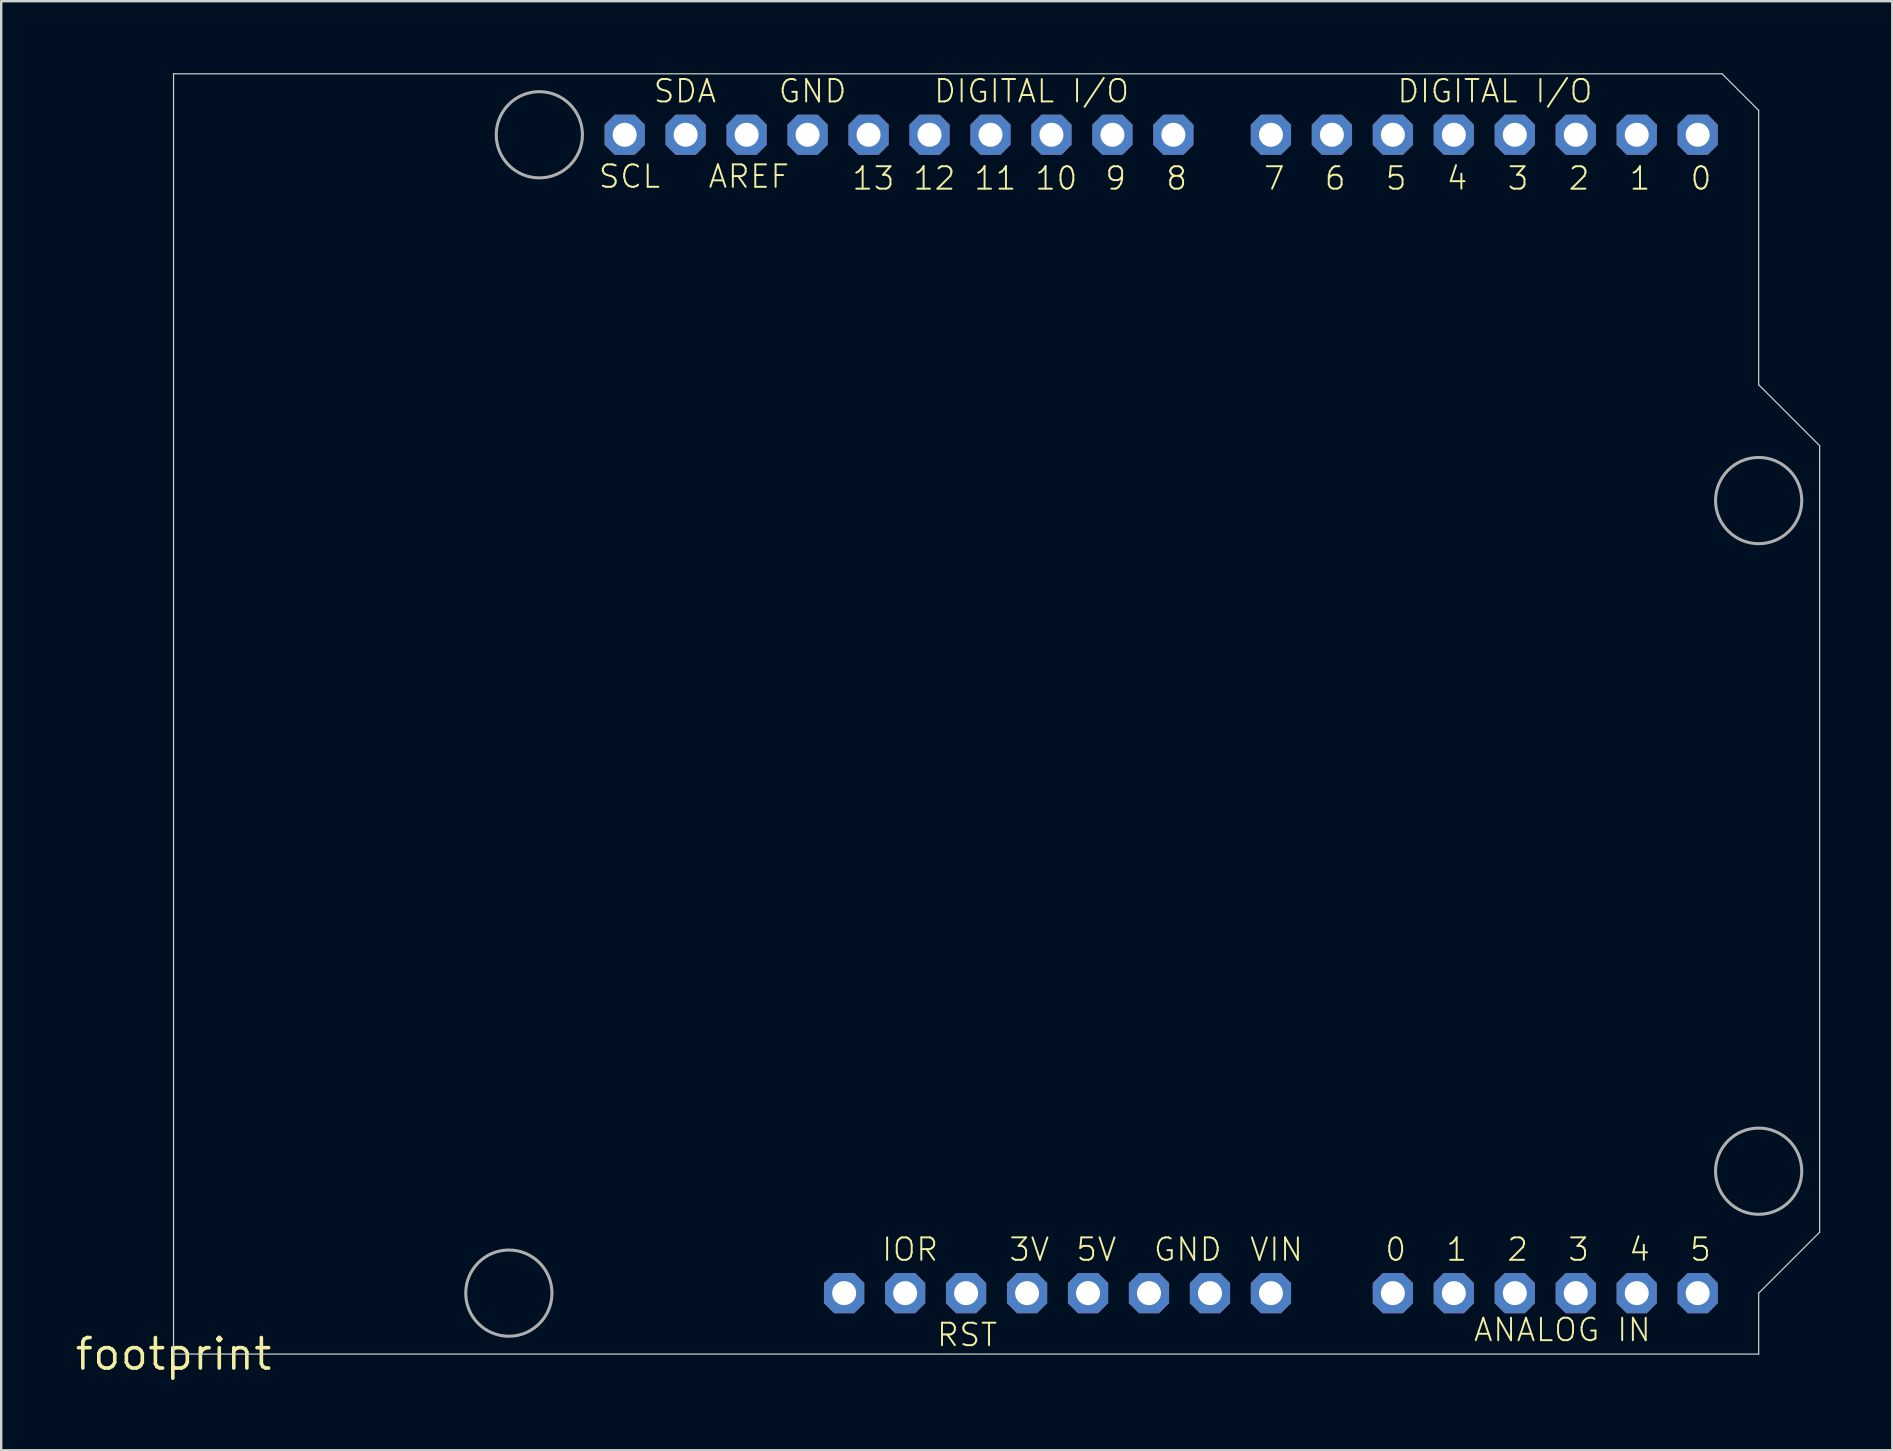
<source format=kicad_pcb>
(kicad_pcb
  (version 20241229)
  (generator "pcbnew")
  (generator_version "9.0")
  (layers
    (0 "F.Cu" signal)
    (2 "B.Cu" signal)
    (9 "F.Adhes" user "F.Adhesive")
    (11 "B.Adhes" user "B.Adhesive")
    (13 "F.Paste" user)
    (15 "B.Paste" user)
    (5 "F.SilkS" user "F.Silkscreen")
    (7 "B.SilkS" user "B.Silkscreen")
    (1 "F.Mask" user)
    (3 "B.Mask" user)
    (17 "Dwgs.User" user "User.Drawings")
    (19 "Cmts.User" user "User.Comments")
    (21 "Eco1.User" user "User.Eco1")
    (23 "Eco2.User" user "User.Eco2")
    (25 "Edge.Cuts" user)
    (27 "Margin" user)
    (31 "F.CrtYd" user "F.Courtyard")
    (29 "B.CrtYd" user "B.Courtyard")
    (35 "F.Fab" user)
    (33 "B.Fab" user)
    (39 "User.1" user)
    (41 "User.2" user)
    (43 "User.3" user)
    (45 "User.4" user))
  (footprint "footprint"
    (layer "F.Cu")
    (at 4.18 53.365)
    (property "Reference" "footprint" (at 0 0 0) (layer "F.SilkS") (effects (font (size 1.27 1.27) (thickness 0.15))))
    (fp_line (start 0 -53.34) (end 0 0) (stroke (width 0.05) (type solid)) (layer "Edge.Cuts"))
    (fp_line (start 0 0) (end 66.04 0) (stroke (width 0.05) (type solid)) (layer "Edge.Cuts"))
    (fp_line (start 64.516 -53.34) (end 0 -53.34) (stroke (width 0.05) (type solid)) (layer "Edge.Cuts"))
    (fp_line (start 66.04 -51.816) (end 64.516 -53.34) (stroke (width 0.05) (type solid)) (layer "Edge.Cuts"))
    (fp_line (start 66.04 -40.386) (end 66.04 -51.816) (stroke (width 0.05) (type solid)) (layer "Edge.Cuts"))
    (fp_line (start 66.04 -2.54) (end 68.58 -5.08) (stroke (width 0.05) (type solid)) (layer "Edge.Cuts"))
    (fp_line (start 66.04 0) (end 66.04 -2.54) (stroke (width 0.05) (type solid)) (layer "Edge.Cuts"))
    (fp_line (start 68.58 -37.846) (end 66.04 -40.386) (stroke (width 0.05) (type solid)) (layer "Edge.Cuts"))
    (fp_line (start 68.58 -5.08) (end 68.58 -37.846) (stroke (width 0.05) (type solid)) (layer "Edge.Cuts"))
    (fp_circle (center 13.97 -2.54) (end 15.766 -2.54) (stroke (width 0.127) (type solid)) (fill no) (layer "F.Fab"))
    (fp_circle (center 15.24 -50.8) (end 17.036 -50.8) (stroke (width 0.127) (type solid)) (fill no) (layer "F.Fab"))
    (fp_circle (center 66.04 -35.56) (end 67.836 -35.56) (stroke (width 0.127) (type solid)) (fill no) (layer "F.Fab"))
    (fp_circle (center 66.04 -7.62) (end 67.836 -7.62) (stroke (width 0.127) (type solid)) (fill no) (layer "F.Fab"))
    (fp_text user "1" (at 52.959 -3.81 0) (layer "F.SilkS") (effects (font (size 0.935 0.935) (thickness 0.081)) (justify left bottom)))
    (fp_text user "13" (at 30.099 -49.53 0) (layer "F.SilkS") (effects (font (size 0.935 0.935) (thickness 0.081)) (justify right top)))
    (fp_text user "2" (at 55.499 -3.81 0) (layer "F.SilkS") (effects (font (size 0.935 0.935) (thickness 0.081)) (justify left bottom)))
    (fp_text user "3" (at 56.515 -49.53 0) (layer "F.SilkS") (effects (font (size 0.935 0.935) (thickness 0.081)) (justify right top)))
    (fp_text user "0" (at 64.135 -49.53 0) (layer "F.SilkS") (effects (font (size 0.935 0.935) (thickness 0.081)) (justify right top)))
    (fp_text user "ANALOG IN" (at 54.112 -0.462 0) (layer "F.SilkS") (effects (font (size 0.935 0.935) (thickness 0.081)) (justify left bottom)))
    (fp_text user "AREF" (at 22.225 -48.514 0) (layer "F.SilkS") (effects (font (size 0.935 0.935) (thickness 0.081)) (justify left bottom)))
    (fp_text user "0" (at 50.419 -3.81 0) (layer "F.SilkS") (effects (font (size 0.935 0.935) (thickness 0.081)) (justify left bottom)))
    (fp_text user "4" (at 60.579 -3.81 0) (layer "F.SilkS") (effects (font (size 0.935 0.935) (thickness 0.081)) (justify left bottom)))
    (fp_text user "DIGITAL I/O" (at 31.623 -52.07 0) (layer "F.SilkS") (effects (font (size 0.935 0.935) (thickness 0.081)) (justify left bottom)))
    (fp_text user "SDA" (at 19.939 -52.07 0) (layer "F.SilkS") (effects (font (size 0.935 0.935) (thickness 0.081)) (justify left bottom)))
    (fp_text user "SCL" (at 17.653 -48.514 0) (layer "F.SilkS") (effects (font (size 0.935 0.935) (thickness 0.081)) (justify left bottom)))
    (fp_text user "5" (at 63.119 -3.81 0) (layer "F.SilkS") (effects (font (size 0.935 0.935) (thickness 0.081)) (justify left bottom)))
    (fp_text user "2" (at 59.055 -49.53 0) (layer "F.SilkS") (effects (font (size 0.935 0.935) (thickness 0.081)) (justify right top)))
    (fp_text user "3V" (at 34.752 -3.81 0) (layer "F.SilkS") (effects (font (size 0.935 0.935) (thickness 0.081)) (justify left bottom)))
    (fp_text user "DIGITAL I/O" (at 50.927 -52.07 0) (layer "F.SilkS") (effects (font (size 0.935 0.935) (thickness 0.081)) (justify left bottom)))
    (fp_text user "7" (at 46.355 -49.53 0) (layer "F.SilkS") (effects (font (size 0.935 0.935) (thickness 0.081)) (justify right top)))
    (fp_text user "6" (at 48.895 -49.53 0) (layer "F.SilkS") (effects (font (size 0.935 0.935) (thickness 0.081)) (justify right top)))
    (fp_text user "11" (at 35.179 -49.53 0) (layer "F.SilkS") (effects (font (size 0.935 0.935) (thickness 0.081)) (justify right top)))
    (fp_text user "VIN" (at 44.785 -3.81 0) (layer "F.SilkS") (effects (font (size 0.935 0.935) (thickness 0.081)) (justify left bottom)))
    (fp_text user "4" (at 53.975 -49.53 0) (layer "F.SilkS") (effects (font (size 0.935 0.935) (thickness 0.081)) (justify right top)))
    (fp_text user "5V" (at 37.546 -3.81 0) (layer "F.SilkS") (effects (font (size 0.935 0.935) (thickness 0.081)) (justify left bottom)))
    (fp_text user "GND" (at 25.146 -52.07 0) (layer "F.SilkS") (effects (font (size 0.935 0.935) (thickness 0.081)) (justify left bottom)))
    (fp_text user "3" (at 58.039 -3.81 0) (layer "F.SilkS") (effects (font (size 0.935 0.935) (thickness 0.081)) (justify left bottom)))
    (fp_text user "10" (at 37.719 -49.53 0) (layer "F.SilkS") (effects (font (size 0.935 0.935) (thickness 0.081)) (justify right top)))
    (fp_text user "9" (at 39.751 -49.53 0) (layer "F.SilkS") (effects (font (size 0.935 0.935) (thickness 0.081)) (justify right top)))
    (fp_text user "RST" (at 31.74 -0.254 0) (layer "F.SilkS") (effects (font (size 0.935 0.935) (thickness 0.081)) (justify left bottom)))
    (fp_text user "1" (at 61.595 -49.53 0) (layer "F.SilkS") (effects (font (size 0.935 0.935) (thickness 0.081)) (justify right top)))
    (fp_text user "GND" (at 40.777 -3.81 0) (layer "F.SilkS") (effects (font (size 0.935 0.935) (thickness 0.081)) (justify left bottom)))
    (fp_text user "IOR" (at 29.454 -3.81 0) (layer "F.SilkS") (effects (font (size 0.935 0.935) (thickness 0.081)) (justify left bottom)))
    (fp_text user "12" (at 32.639 -49.53 0) (layer "F.SilkS") (effects (font (size 0.935 0.935) (thickness 0.081)) (justify right top)))
    (fp_text user "8" (at 42.291 -49.53 0) (layer "F.SilkS") (effects (font (size 0.935 0.935) (thickness 0.081)) (justify right top)))
    (fp_text user "5" (at 51.435 -49.53 0) (layer "F.SilkS") (effects (font (size 0.935 0.935) (thickness 0.081)) (justify right top)))
    (pad "3V" thru_hole roundrect (at 35.56 -2.54) (size 1.676 1.676) (drill 1) (layers "*.Cu" "*.Mask") (roundrect_rratio 0.25) (chamfer_ratio 0.25) (chamfer top_left top_right bottom_left bottom_right))
    (pad "5V" thru_hole roundrect (at 38.1 -2.54) (size 1.676 1.676) (drill 1) (layers "*.Cu" "*.Mask") (roundrect_rratio 0.25) (chamfer_ratio 0.25) (chamfer top_left top_right bottom_left bottom_right))
    (pad "A0" thru_hole roundrect (at 50.8 -2.54) (size 1.676 1.676) (drill 1) (layers "*.Cu" "*.Mask") (roundrect_rratio 0.25) (chamfer_ratio 0.25) (chamfer top_left top_right bottom_left bottom_right))
    (pad "A1" thru_hole roundrect (at 53.34 -2.54) (size 1.676 1.676) (drill 1) (layers "*.Cu" "*.Mask") (roundrect_rratio 0.25) (chamfer_ratio 0.25) (chamfer top_left top_right bottom_left bottom_right))
    (pad "A2" thru_hole roundrect (at 55.88 -2.54) (size 1.676 1.676) (drill 1) (layers "*.Cu" "*.Mask") (roundrect_rratio 0.25) (chamfer_ratio 0.25) (chamfer top_left top_right bottom_left bottom_right))
    (pad "A3" thru_hole roundrect (at 58.42 -2.54) (size 1.676 1.676) (drill 1) (layers "*.Cu" "*.Mask") (roundrect_rratio 0.25) (chamfer_ratio 0.25) (chamfer top_left top_right bottom_left bottom_right))
    (pad "A4" thru_hole roundrect (at 60.96 -2.54) (size 1.676 1.676) (drill 1) (layers "*.Cu" "*.Mask") (roundrect_rratio 0.25) (chamfer_ratio 0.25) (chamfer top_left top_right bottom_left bottom_right))
    (pad "A5" thru_hole roundrect (at 63.5 -2.54) (size 1.676 1.676) (drill 1) (layers "*.Cu" "*.Mask") (roundrect_rratio 0.25) (chamfer_ratio 0.25) (chamfer top_left top_right bottom_left bottom_right))
    (pad "AREF" thru_hole roundrect (at 23.876 -50.8) (size 1.676 1.676) (drill 1) (layers "*.Cu" "*.Mask") (roundrect_rratio 0.25) (chamfer_ratio 0.25) (chamfer top_left top_right bottom_left bottom_right))
    (pad "D0" thru_hole roundrect (at 63.5 -50.8) (size 1.676 1.676) (drill 1) (layers "*.Cu" "*.Mask") (roundrect_rratio 0.25) (chamfer_ratio 0.25) (chamfer top_left top_right bottom_left bottom_right))
    (pad "D1" thru_hole roundrect (at 60.96 -50.8) (size 1.676 1.676) (drill 1) (layers "*.Cu" "*.Mask") (roundrect_rratio 0.25) (chamfer_ratio 0.25) (chamfer top_left top_right bottom_left bottom_right))
    (pad "D2" thru_hole roundrect (at 58.42 -50.8) (size 1.676 1.676) (drill 1) (layers "*.Cu" "*.Mask") (roundrect_rratio 0.25) (chamfer_ratio 0.25) (chamfer top_left top_right bottom_left bottom_right))
    (pad "D3" thru_hole roundrect (at 55.88 -50.8) (size 1.676 1.676) (drill 1) (layers "*.Cu" "*.Mask") (roundrect_rratio 0.25) (chamfer_ratio 0.25) (chamfer top_left top_right bottom_left bottom_right))
    (pad "D4" thru_hole roundrect (at 53.34 -50.8) (size 1.676 1.676) (drill 1) (layers "*.Cu" "*.Mask") (roundrect_rratio 0.25) (chamfer_ratio 0.25) (chamfer top_left top_right bottom_left bottom_right))
    (pad "D5" thru_hole roundrect (at 50.8 -50.8) (size 1.676 1.676) (drill 1) (layers "*.Cu" "*.Mask") (roundrect_rratio 0.25) (chamfer_ratio 0.25) (chamfer top_left top_right bottom_left bottom_right))
    (pad "D6" thru_hole roundrect (at 48.26 -50.8) (size 1.676 1.676) (drill 1) (layers "*.Cu" "*.Mask") (roundrect_rratio 0.25) (chamfer_ratio 0.25) (chamfer top_left top_right bottom_left bottom_right))
    (pad "D7" thru_hole roundrect (at 45.72 -50.8) (size 1.676 1.676) (drill 1) (layers "*.Cu" "*.Mask") (roundrect_rratio 0.25) (chamfer_ratio 0.25) (chamfer top_left top_right bottom_left bottom_right))
    (pad "D8" thru_hole roundrect (at 41.656 -50.8) (size 1.676 1.676) (drill 1) (layers "*.Cu" "*.Mask") (roundrect_rratio 0.25) (chamfer_ratio 0.25) (chamfer top_left top_right bottom_left bottom_right))
    (pad "D9" thru_hole roundrect (at 39.116 -50.8) (size 1.676 1.676) (drill 1) (layers "*.Cu" "*.Mask") (roundrect_rratio 0.25) (chamfer_ratio 0.25) (chamfer top_left top_right bottom_left bottom_right))
    (pad "D10" thru_hole roundrect (at 36.576 -50.8) (size 1.676 1.676) (drill 1) (layers "*.Cu" "*.Mask") (roundrect_rratio 0.25) (chamfer_ratio 0.25) (chamfer top_left top_right bottom_left bottom_right))
    (pad "D11" thru_hole roundrect (at 34.036 -50.8) (size 1.676 1.676) (drill 1) (layers "*.Cu" "*.Mask") (roundrect_rratio 0.25) (chamfer_ratio 0.25) (chamfer top_left top_right bottom_left bottom_right))
    (pad "D12" thru_hole roundrect (at 31.496 -50.8) (size 1.676 1.676) (drill 1) (layers "*.Cu" "*.Mask") (roundrect_rratio 0.25) (chamfer_ratio 0.25) (chamfer top_left top_right bottom_left bottom_right))
    (pad "D13" thru_hole roundrect (at 28.956 -50.8) (size 1.676 1.676) (drill 1) (layers "*.Cu" "*.Mask") (roundrect_rratio 0.25) (chamfer_ratio 0.25) (chamfer top_left top_right bottom_left bottom_right))
    (pad "GND" thru_hole roundrect (at 26.416 -50.8) (size 1.676 1.676) (drill 1) (layers "*.Cu" "*.Mask") (roundrect_rratio 0.25) (chamfer_ratio 0.25) (chamfer top_left top_right bottom_left bottom_right))
    (pad "GND1" thru_hole roundrect (at 43.18 -2.54) (size 1.676 1.676) (drill 1) (layers "*.Cu" "*.Mask") (roundrect_rratio 0.25) (chamfer_ratio 0.25) (chamfer top_left top_right bottom_left bottom_right))
    (pad "GND2" thru_hole roundrect (at 40.64 -2.54) (size 1.676 1.676) (drill 1) (layers "*.Cu" "*.Mask") (roundrect_rratio 0.25) (chamfer_ratio 0.25) (chamfer top_left top_right bottom_left bottom_right))
    (pad "IOREF" thru_hole roundrect (at 30.48 -2.54) (size 1.676 1.676) (drill 1) (layers "*.Cu" "*.Mask") (roundrect_rratio 0.25) (chamfer_ratio 0.25) (chamfer top_left top_right bottom_left bottom_right))
    (pad "RESERVED" thru_hole roundrect (at 27.94 -2.54) (size 1.676 1.676) (drill 1) (layers "*.Cu" "*.Mask") (roundrect_rratio 0.25) (chamfer_ratio 0.25) (chamfer top_left top_right bottom_left bottom_right))
    (pad "RESET" thru_hole roundrect (at 33.02 -2.54) (size 1.676 1.676) (drill 1) (layers "*.Cu" "*.Mask") (roundrect_rratio 0.25) (chamfer_ratio 0.25) (chamfer top_left top_right bottom_left bottom_right))
    (pad "SCL" thru_hole roundrect (at 18.796 -50.8) (size 1.676 1.676) (drill 1) (layers "*.Cu" "*.Mask") (roundrect_rratio 0.25) (chamfer_ratio 0.25) (chamfer top_left top_right bottom_left bottom_right))
    (pad "SDA" thru_hole roundrect (at 21.336 -50.8) (size 1.676 1.676) (drill 1) (layers "*.Cu" "*.Mask") (roundrect_rratio 0.25) (chamfer_ratio 0.25) (chamfer top_left top_right bottom_left bottom_right))
    (pad "VIN" thru_hole roundrect (at 45.72 -2.54) (size 1.676 1.676) (drill 1) (layers "*.Cu" "*.Mask") (roundrect_rratio 0.25) (chamfer_ratio 0.25) (chamfer top_left top_right bottom_left bottom_right)))
  (gr_rect
    (start -3 -3)
    (end 75.785 57.371)
    (stroke (width 0.1) (type default))
    (fill no)
    (layer "Edge.Cuts")))
</source>
